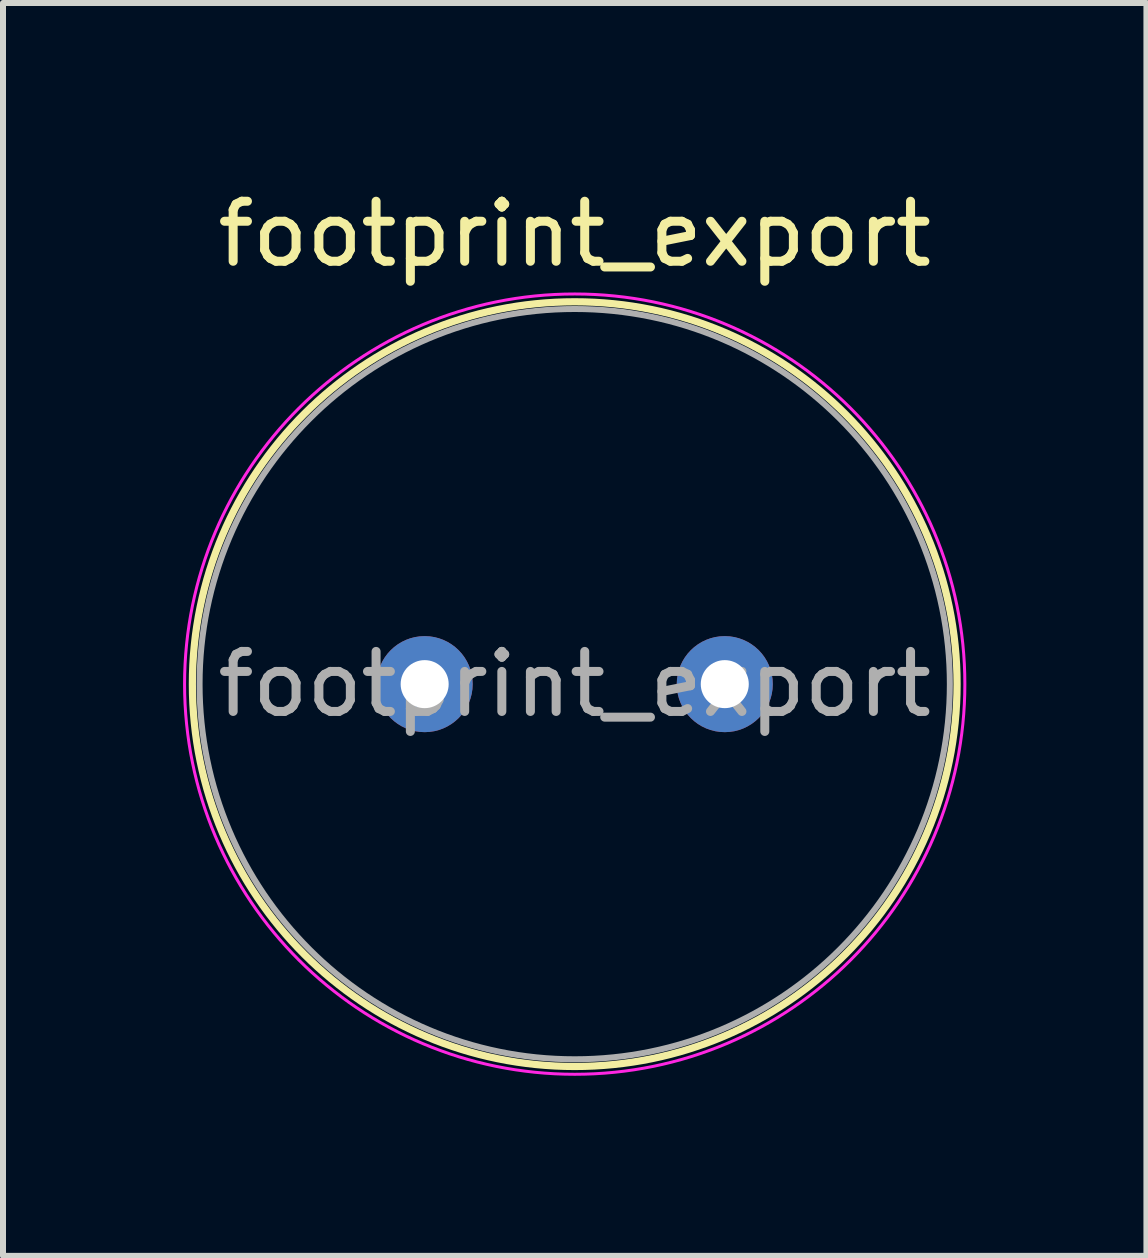
<source format=kicad_pcb>
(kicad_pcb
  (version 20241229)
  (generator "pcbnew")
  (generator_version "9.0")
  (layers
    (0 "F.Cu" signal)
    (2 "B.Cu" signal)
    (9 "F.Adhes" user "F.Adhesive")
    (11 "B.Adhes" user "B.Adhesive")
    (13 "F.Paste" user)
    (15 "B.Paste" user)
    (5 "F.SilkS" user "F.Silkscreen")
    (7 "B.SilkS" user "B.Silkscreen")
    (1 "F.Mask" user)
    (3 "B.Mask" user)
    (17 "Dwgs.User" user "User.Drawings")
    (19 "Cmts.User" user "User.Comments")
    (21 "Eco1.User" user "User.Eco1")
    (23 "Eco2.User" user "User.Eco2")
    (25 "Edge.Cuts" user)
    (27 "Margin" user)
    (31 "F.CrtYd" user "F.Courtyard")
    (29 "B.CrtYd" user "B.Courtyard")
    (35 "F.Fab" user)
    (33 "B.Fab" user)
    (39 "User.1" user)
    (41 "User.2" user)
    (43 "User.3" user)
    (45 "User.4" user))
  (footprint "footprint_export"
    (layer "F.Cu")
    (at 4.025 8.348)
    (property "Reference" "footprint_export" (at 2.5 -7.5 0) (layer "F.SilkS") (effects (font (size 1 1) (thickness 0.15))))
    (attr through_hole)
    (fp_circle (center 2.5 0) (end 8.87 0) (stroke (width 0.12) (type solid)) (fill no) (layer "F.SilkS"))
    (fp_circle (center 2.5 0) (end 9 0) (stroke (width 0.05) (type solid)) (fill no) (layer "F.CrtYd"))
    (fp_circle (center 2.5 0) (end 8.75 0) (stroke (width 0.1) (type solid)) (fill no) (layer "F.Fab"))
    (fp_text user "${REFERENCE}" (at 2.5 0 0) (layer "F.Fab") (effects (font (size 1 1) (thickness 0.15))))
    (pad "1" thru_hole circle (at 0 0) (size 1.6 1.6) (drill 0.8) (layers "*.Cu" "*.Mask"))
    (pad "2" thru_hole circle (at 5 0) (size 1.6 1.6) (drill 0.8) (layers "*.Cu" "*.Mask")))
  (gr_rect
    (start -3 -3)
    (end 16.05 17.873)
    (stroke (width 0.1) (type default))
    (fill no)
    (layer "Edge.Cuts")))
</source>
